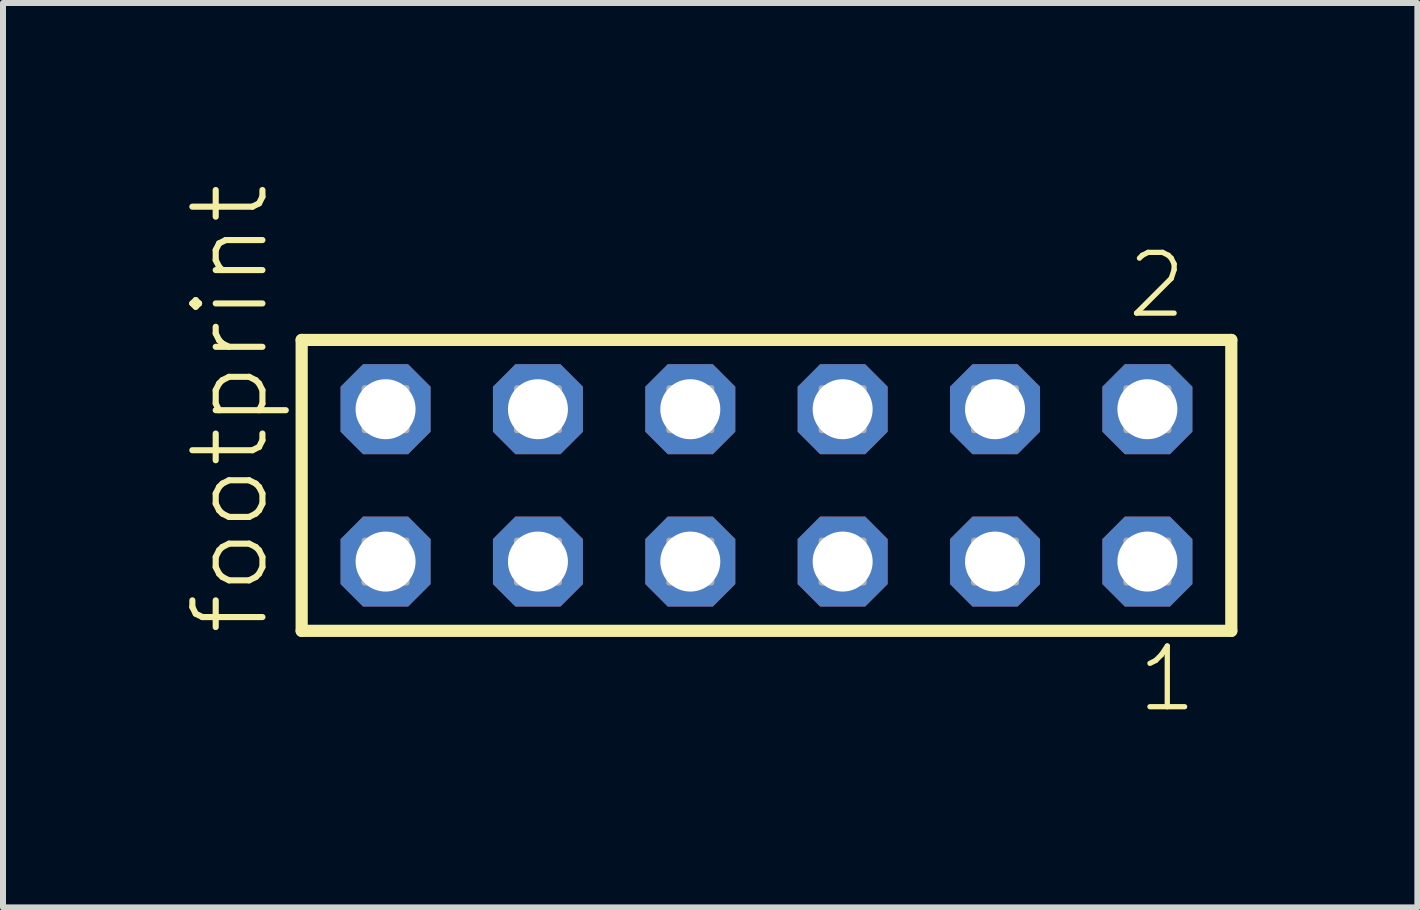
<source format=kicad_pcb>
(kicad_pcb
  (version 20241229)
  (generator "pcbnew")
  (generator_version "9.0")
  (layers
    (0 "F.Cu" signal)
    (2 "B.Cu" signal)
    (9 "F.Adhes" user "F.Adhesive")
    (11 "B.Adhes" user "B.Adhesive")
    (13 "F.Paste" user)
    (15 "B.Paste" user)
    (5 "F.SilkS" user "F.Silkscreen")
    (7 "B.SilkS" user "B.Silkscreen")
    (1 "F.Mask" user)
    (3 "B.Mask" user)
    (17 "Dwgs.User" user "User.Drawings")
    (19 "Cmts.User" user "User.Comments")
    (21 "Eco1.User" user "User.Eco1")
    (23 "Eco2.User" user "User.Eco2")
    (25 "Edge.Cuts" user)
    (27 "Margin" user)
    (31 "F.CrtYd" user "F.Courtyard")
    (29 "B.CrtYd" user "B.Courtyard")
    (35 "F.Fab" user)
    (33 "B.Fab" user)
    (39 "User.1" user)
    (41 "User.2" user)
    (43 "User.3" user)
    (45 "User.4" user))
  (footprint "footprint"
    (layer "F.Cu")
    (at 9.728 5.042)
    (property "Reference" "footprint" (at -8.255 2.54 90) (layer "F.SilkS") (effects (font (size 1.168 1.168) (thickness 0.102)) (justify left bottom)))
    (fp_line (start -7.749 -2.425) (end 7.749 -2.425) (stroke (width 0.203) (type solid)) (layer "F.SilkS"))
    (fp_line (start -7.749 2.425) (end -7.749 -2.425) (stroke (width 0.203) (type solid)) (layer "F.SilkS"))
    (fp_line (start 7.749 -2.425) (end 7.749 2.425) (stroke (width 0.203) (type solid)) (layer "F.SilkS"))
    (fp_line (start 7.749 2.425) (end -7.749 2.425) (stroke (width 0.203) (type solid)) (layer "F.SilkS"))
    (fp_poly (pts (xy -6.7 -0.92) (xy -6 -0.92) (xy -6 -1.62) (xy -6.7 -1.62)) (stroke (width 0.1) (type solid)) (fill no) (layer "F.Fab"))
    (fp_poly (pts (xy -6.7 1.62) (xy -6 1.62) (xy -6 0.92) (xy -6.7 0.92)) (stroke (width 0.1) (type solid)) (fill no) (layer "F.Fab"))
    (fp_poly (pts (xy -4.16 -0.92) (xy -3.46 -0.92) (xy -3.46 -1.62) (xy -4.16 -1.62)) (stroke (width 0.1) (type solid)) (fill no) (layer "F.Fab"))
    (fp_poly (pts (xy -4.16 1.62) (xy -3.46 1.62) (xy -3.46 0.92) (xy -4.16 0.92)) (stroke (width 0.1) (type solid)) (fill no) (layer "F.Fab"))
    (fp_poly (pts (xy -1.62 -0.92) (xy -0.92 -0.92) (xy -0.92 -1.62) (xy -1.62 -1.62)) (stroke (width 0.1) (type solid)) (fill no) (layer "F.Fab"))
    (fp_poly (pts (xy -1.62 1.62) (xy -0.92 1.62) (xy -0.92 0.92) (xy -1.62 0.92)) (stroke (width 0.1) (type solid)) (fill no) (layer "F.Fab"))
    (fp_poly (pts (xy 0.92 -0.92) (xy 1.62 -0.92) (xy 1.62 -1.62) (xy 0.92 -1.62)) (stroke (width 0.1) (type solid)) (fill no) (layer "F.Fab"))
    (fp_poly (pts (xy 0.92 1.62) (xy 1.62 1.62) (xy 1.62 0.92) (xy 0.92 0.92)) (stroke (width 0.1) (type solid)) (fill no) (layer "F.Fab"))
    (fp_poly (pts (xy 3.46 -0.92) (xy 4.16 -0.92) (xy 4.16 -1.62) (xy 3.46 -1.62)) (stroke (width 0.1) (type solid)) (fill no) (layer "F.Fab"))
    (fp_poly (pts (xy 3.46 1.62) (xy 4.16 1.62) (xy 4.16 0.92) (xy 3.46 0.92)) (stroke (width 0.1) (type solid)) (fill no) (layer "F.Fab"))
    (fp_poly (pts (xy 6 -0.92) (xy 6.7 -0.92) (xy 6.7 -1.62) (xy 6 -1.62)) (stroke (width 0.1) (type solid)) (fill no) (layer "F.Fab"))
    (fp_poly (pts (xy 6 1.62) (xy 6.7 1.62) (xy 6.7 0.92) (xy 6 0.92)) (stroke (width 0.1) (type solid)) (fill no) (layer "F.Fab"))
    (fp_text user "1" (at 6.142 3.818 0) (layer "F.SilkS") (effects (font (size 1.012 1.012) (thickness 0.088)) (justify left bottom)))
    (fp_text user "2" (at 5.967 -2.744 0) (layer "F.SilkS") (effects (font (size 1.012 1.012) (thickness 0.088)) (justify left bottom)))
    (pad "1" thru_hole roundrect (at 6.35 1.27 180) (size 1.5 1.5) (drill 1) (layers "*.Cu" "*.Mask") (roundrect_rratio 0.25) (chamfer_ratio 0.25) (chamfer top_left top_right bottom_left bottom_right))
    (pad "2" thru_hole roundrect (at 6.35 -1.27 180) (size 1.5 1.5) (drill 1) (layers "*.Cu" "*.Mask") (roundrect_rratio 0.25) (chamfer_ratio 0.25) (chamfer top_left top_right bottom_left bottom_right))
    (pad "3" thru_hole roundrect (at 3.81 1.27 180) (size 1.5 1.5) (drill 1) (layers "*.Cu" "*.Mask") (roundrect_rratio 0.25) (chamfer_ratio 0.25) (chamfer top_left top_right bottom_left bottom_right))
    (pad "4" thru_hole roundrect (at 3.81 -1.27 180) (size 1.5 1.5) (drill 1) (layers "*.Cu" "*.Mask") (roundrect_rratio 0.25) (chamfer_ratio 0.25) (chamfer top_left top_right bottom_left bottom_right))
    (pad "5" thru_hole roundrect (at 1.27 1.27 180) (size 1.5 1.5) (drill 1) (layers "*.Cu" "*.Mask") (roundrect_rratio 0.25) (chamfer_ratio 0.25) (chamfer top_left top_right bottom_left bottom_right))
    (pad "6" thru_hole roundrect (at 1.27 -1.27 180) (size 1.5 1.5) (drill 1) (layers "*.Cu" "*.Mask") (roundrect_rratio 0.25) (chamfer_ratio 0.25) (chamfer top_left top_right bottom_left bottom_right))
    (pad "7" thru_hole roundrect (at -1.27 1.27 180) (size 1.5 1.5) (drill 1) (layers "*.Cu" "*.Mask") (roundrect_rratio 0.25) (chamfer_ratio 0.25) (chamfer top_left top_right bottom_left bottom_right))
    (pad "8" thru_hole roundrect (at -1.27 -1.27 180) (size 1.5 1.5) (drill 1) (layers "*.Cu" "*.Mask") (roundrect_rratio 0.25) (chamfer_ratio 0.25) (chamfer top_left top_right bottom_left bottom_right))
    (pad "9" thru_hole roundrect (at -3.81 1.27 180) (size 1.5 1.5) (drill 1) (layers "*.Cu" "*.Mask") (roundrect_rratio 0.25) (chamfer_ratio 0.25) (chamfer top_left top_right bottom_left bottom_right))
    (pad "10" thru_hole roundrect (at -3.81 -1.27 180) (size 1.5 1.5) (drill 1) (layers "*.Cu" "*.Mask") (roundrect_rratio 0.25) (chamfer_ratio 0.25) (chamfer top_left top_right bottom_left bottom_right))
    (pad "11" thru_hole roundrect (at -6.35 1.27 180) (size 1.5 1.5) (drill 1) (layers "*.Cu" "*.Mask") (roundrect_rratio 0.25) (chamfer_ratio 0.25) (chamfer top_left top_right bottom_left bottom_right))
    (pad "12" thru_hole roundrect (at -6.35 -1.27 180) (size 1.5 1.5) (drill 1) (layers "*.Cu" "*.Mask") (roundrect_rratio 0.25) (chamfer_ratio 0.25) (chamfer top_left top_right bottom_left bottom_right)))
  (gr_rect
    (start -3 -3)
    (end 20.579 12.077)
    (stroke (width 0.1) (type default))
    (fill no)
    (layer "Edge.Cuts")))
</source>
